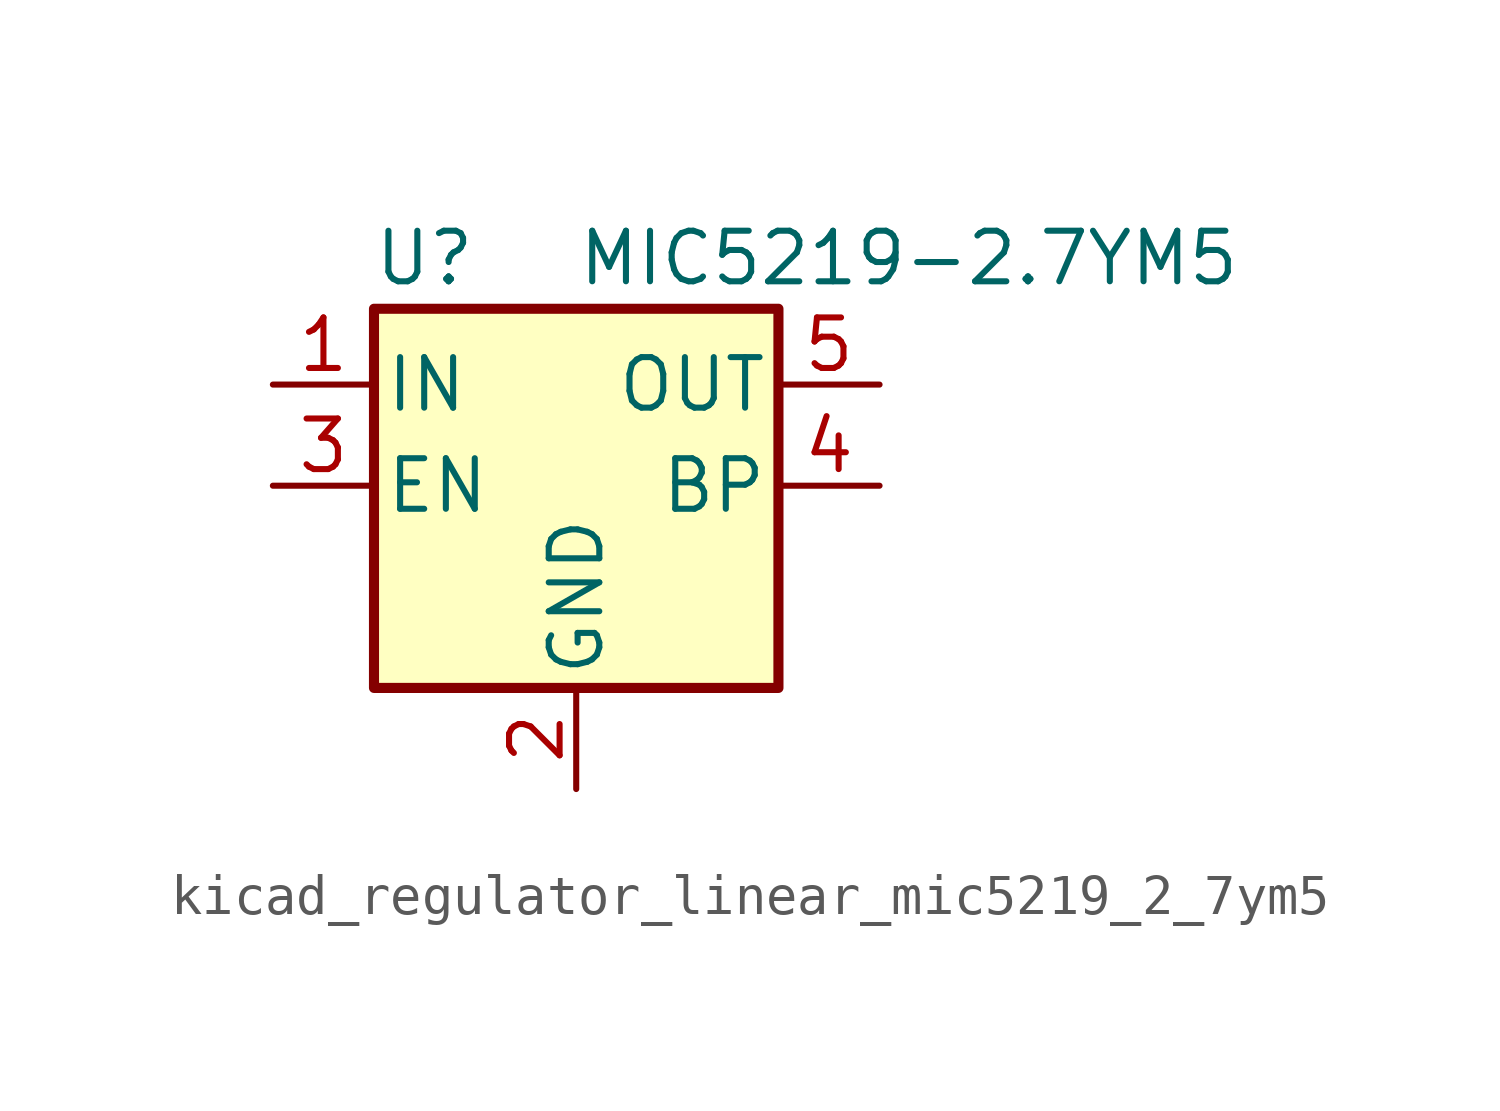
<source format=kicad_sym>
(kicad_symbol_lib
  (version 20220914)
  (generator kicad_symbol_editor)
  (symbol "kicad_regulator_linear_mic5219_2_7ym5"
    (pin_names
      (offset 0.254))
    (property "Reference" "U"
      (at -3.81 5.715 0)
      (effects (font (size 1.27 1.27))))
    (property "Value" "MIC5219-2.7YM5"
      (at 0 5.715 0)
      (effects (font (size 1.27 1.27)) (justify left)))
    (symbol "kicad_regulator_linear_mic5219_2_7ym5_0_1"
      (rectangle (start -5.08 4.445) (end 5.08 -5.08) (stroke (width 0.254) (type default)) (fill (type background))))
    (symbol "kicad_regulator_linear_mic5219_2_7ym5_1_1"
      (pin power_in line (at -7.62 2.54 0) (length 2.54) (name "IN" (effects (font (size 1.27 1.27)))) (number "1" (effects (font (size 1.27 1.27)))))
      (pin power_in line (at 0 -7.62 90) (length 2.54) (name "GND" (effects (font (size 1.27 1.27)))) (number "2" (effects (font (size 1.27 1.27)))))
      (pin input line (at -7.62 0 0) (length 2.54) (name "EN" (effects (font (size 1.27 1.27)))) (number "3" (effects (font (size 1.27 1.27)))))
      (pin input line (at 7.62 0 180) (length 2.54) (name "BP" (effects (font (size 1.27 1.27)))) (number "4" (effects (font (size 1.27 1.27)))))
      (pin power_out line (at 7.62 2.54 180) (length 2.54) (name "OUT" (effects (font (size 1.27 1.27)))) (number "5" (effects (font (size 1.27 1.27))))))))
</source>
